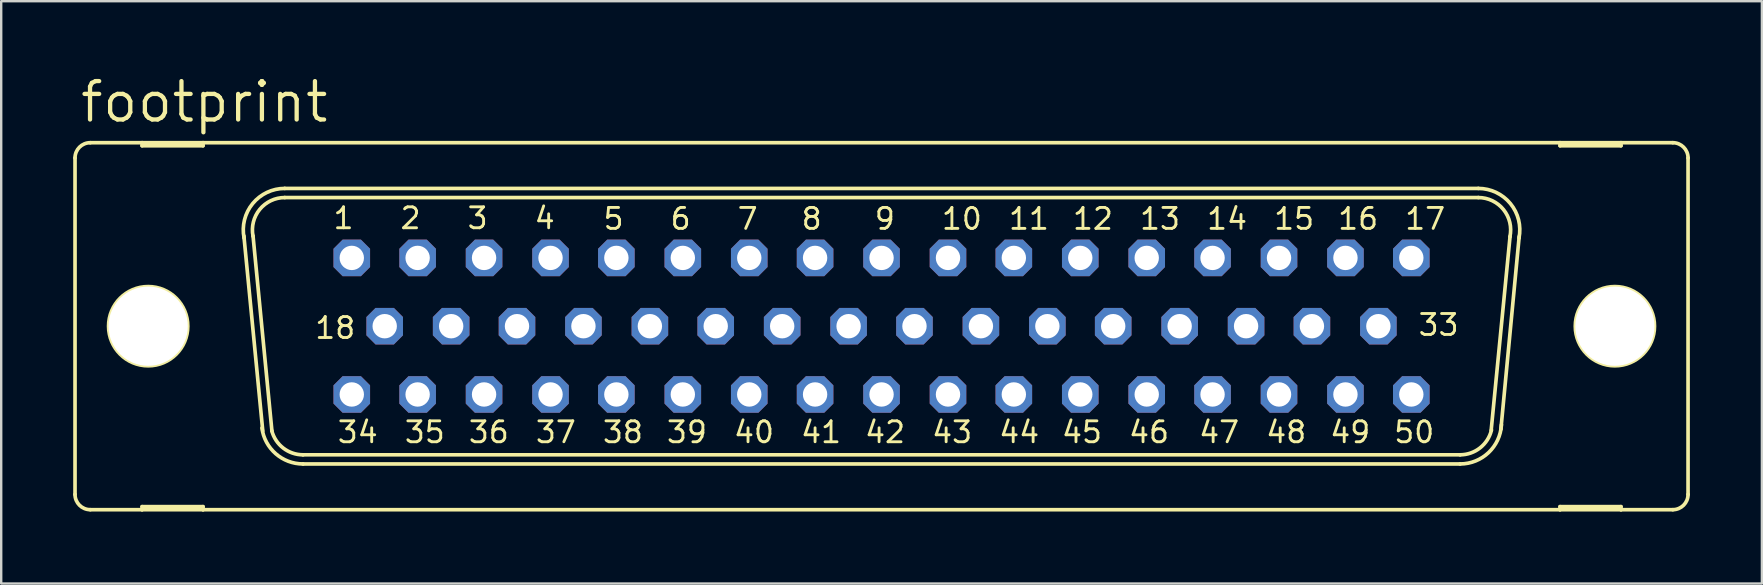
<source format=kicad_pcb>
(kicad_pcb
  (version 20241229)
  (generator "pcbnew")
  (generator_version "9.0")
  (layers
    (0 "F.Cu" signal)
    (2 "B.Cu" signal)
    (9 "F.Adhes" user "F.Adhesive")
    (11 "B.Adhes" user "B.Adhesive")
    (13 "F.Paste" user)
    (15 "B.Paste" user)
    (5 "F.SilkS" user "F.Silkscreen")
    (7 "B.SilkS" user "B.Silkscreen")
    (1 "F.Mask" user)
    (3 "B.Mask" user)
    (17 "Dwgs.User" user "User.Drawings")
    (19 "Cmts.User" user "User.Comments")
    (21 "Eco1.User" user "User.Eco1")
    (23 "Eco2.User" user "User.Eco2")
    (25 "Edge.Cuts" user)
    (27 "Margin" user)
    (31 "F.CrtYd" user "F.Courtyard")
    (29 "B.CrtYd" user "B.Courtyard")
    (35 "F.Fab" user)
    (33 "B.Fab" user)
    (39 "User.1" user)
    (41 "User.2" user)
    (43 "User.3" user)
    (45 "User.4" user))
  (footprint "footprint"
    (layer "F.Cu")
    (at 33.68 10.541)
    (property "Reference" "footprint" (at -33.477 -8.407 0) (layer "F.SilkS") (effects (font (size 1.6 1.6) (thickness 0.178)) (justify left bottom)))
    (fp_line (start -33.604 -7.01) (end -33.604 7.01) (stroke (width 0.152) (type solid)) (layer "F.SilkS"))
    (fp_line (start -32.969 7.645) (end -30.81 7.645) (stroke (width 0.152) (type solid)) (layer "F.SilkS"))
    (fp_line (start -30.81 -7.645) (end -32.969 -7.645) (stroke (width 0.152) (type solid)) (layer "F.SilkS"))
    (fp_line (start -30.81 -7.645) (end -30.81 -7.518) (stroke (width 0.152) (type solid)) (layer "F.SilkS"))
    (fp_line (start -30.81 -7.518) (end -28.27 -7.518) (stroke (width 0.152) (type solid)) (layer "F.SilkS"))
    (fp_line (start -30.81 7.518) (end -28.27 7.518) (stroke (width 0.152) (type solid)) (layer "F.SilkS"))
    (fp_line (start -30.81 7.645) (end -30.81 7.518) (stroke (width 0.152) (type solid)) (layer "F.SilkS"))
    (fp_line (start -30.81 7.645) (end -28.27 7.645) (stroke (width 0.152) (type solid)) (layer "F.SilkS"))
    (fp_line (start -28.27 -7.645) (end -30.81 -7.645) (stroke (width 0.152) (type solid)) (layer "F.SilkS"))
    (fp_line (start -28.27 -7.518) (end -28.27 -7.645) (stroke (width 0.152) (type solid)) (layer "F.SilkS"))
    (fp_line (start -28.27 7.518) (end -28.27 7.645) (stroke (width 0.152) (type solid)) (layer "F.SilkS"))
    (fp_line (start -28.27 7.645) (end 28.27 7.645) (stroke (width 0.152) (type solid)) (layer "F.SilkS"))
    (fp_line (start -25.781 4.369) (end -26.568 -3.759) (stroke (width 0.152) (type solid)) (layer "F.SilkS"))
    (fp_line (start -25.4 4.369) (end -26.187 -3.759) (stroke (width 0.152) (type solid)) (layer "F.SilkS"))
    (fp_line (start -24.867 -5.74) (end 24.867 -5.74) (stroke (width 0.152) (type solid)) (layer "F.SilkS"))
    (fp_line (start -24.867 -5.359) (end 24.867 -5.359) (stroke (width 0.152) (type solid)) (layer "F.SilkS"))
    (fp_line (start -24.105 5.359) (end 24.105 5.359) (stroke (width 0.152) (type solid)) (layer "F.SilkS"))
    (fp_line (start -24.105 5.74) (end 24.105 5.74) (stroke (width 0.152) (type solid)) (layer "F.SilkS"))
    (fp_line (start 26.187 -3.734) (end 25.4 4.343) (stroke (width 0.152) (type solid)) (layer "F.SilkS"))
    (fp_line (start 26.568 -3.734) (end 25.806 4.293) (stroke (width 0.152) (type solid)) (layer "F.SilkS"))
    (fp_line (start 28.27 -7.645) (end -28.27 -7.645) (stroke (width 0.152) (type solid)) (layer "F.SilkS"))
    (fp_line (start 28.27 -7.645) (end 28.27 -7.518) (stroke (width 0.152) (type solid)) (layer "F.SilkS"))
    (fp_line (start 28.27 -7.518) (end 30.81 -7.518) (stroke (width 0.152) (type solid)) (layer "F.SilkS"))
    (fp_line (start 28.27 7.518) (end 30.81 7.518) (stroke (width 0.152) (type solid)) (layer "F.SilkS"))
    (fp_line (start 28.27 7.645) (end 28.27 7.518) (stroke (width 0.152) (type solid)) (layer "F.SilkS"))
    (fp_line (start 28.27 7.645) (end 30.81 7.645) (stroke (width 0.152) (type solid)) (layer "F.SilkS"))
    (fp_line (start 30.81 -7.645) (end 28.27 -7.645) (stroke (width 0.152) (type solid)) (layer "F.SilkS"))
    (fp_line (start 30.81 -7.518) (end 30.81 -7.645) (stroke (width 0.152) (type solid)) (layer "F.SilkS"))
    (fp_line (start 30.81 7.518) (end 30.81 7.645) (stroke (width 0.152) (type solid)) (layer "F.SilkS"))
    (fp_line (start 30.81 7.645) (end 32.969 7.645) (stroke (width 0.152) (type solid)) (layer "F.SilkS"))
    (fp_line (start 32.969 -7.645) (end 30.81 -7.645) (stroke (width 0.152) (type solid)) (layer "F.SilkS"))
    (fp_line (start 33.604 -7.01) (end 33.604 7.01) (stroke (width 0.152) (type solid)) (layer "F.SilkS"))
    (fp_arc (start -33.6042 -7.0104) (mid -33.418213 -7.459413) (end -32.9692 -7.6454) (stroke (width 0.1524) (type solid)) (layer "F.SilkS"))
    (fp_arc (start -32.9692 7.6454) (mid -33.418213 7.459413) (end -33.6042 7.0104) (stroke (width 0.1524) (type solid)) (layer "F.SilkS"))
    (fp_arc (start -26.5603 -3.6745) (mid -26.202316 -5.108242) (end -24.866598 -5.7404) (stroke (width 0.1524) (type solid)) (layer "F.SilkS"))
    (fp_arc (start -26.1867 -3.7492) (mid -25.907682 -4.866684) (end -24.8666 -5.3594) (stroke (width 0.1524) (type solid)) (layer "F.SilkS"))
    (fp_arc (start -24.1046 5.3594) (mid -24.9281 5.078145) (end -25.4075 4.3519) (stroke (width 0.1524) (type solid)) (layer "F.SilkS"))
    (fp_arc (start -24.104599 5.740401) (mid -25.242311 5.312713) (end -25.8166 4.2415) (stroke (width 0.1524) (type solid)) (layer "F.SilkS"))
    (fp_arc (start 24.8666 -5.7404) (mid 26.202413 -5.108266) (end 26.560599 -3.674498) (stroke (width 0.1524) (type solid)) (layer "F.SilkS"))
    (fp_arc (start 24.8666 -5.3594) (mid 25.915157 -4.857583) (end 26.182099 -3.726198) (stroke (width 0.1524) (type solid)) (layer "F.SilkS"))
    (fp_arc (start 25.413301 4.327399) (mid 24.937857 5.070274) (end 24.1046 5.3594) (stroke (width 0.1524) (type solid)) (layer "F.SilkS"))
    (fp_arc (start 25.8289 4.1073) (mid 25.291966 5.267228) (end 24.1046 5.7404) (stroke (width 0.1524) (type solid)) (layer "F.SilkS"))
    (fp_arc (start 32.9692 -7.6454) (mid 33.418213 -7.459413) (end 33.6042 -7.0104) (stroke (width 0.1524) (type solid)) (layer "F.SilkS"))
    (fp_arc (start 33.6042 7.0104) (mid 33.418213 7.459413) (end 32.9692 7.6454) (stroke (width 0.1524) (type solid)) (layer "F.SilkS"))
    (fp_circle (center -30.556 0) (end -28.905 0) (stroke (width 0.152) (type solid)) (fill no) (layer "F.SilkS"))
    (fp_circle (center 30.556 0) (end 32.207 0) (stroke (width 0.152) (type solid)) (fill no) (layer "F.SilkS"))
    (fp_circle (center -22.073 -2.845) (end -21.819 -2.845) (stroke (width 0.406) (type solid)) (fill no) (layer "F.Fab"))
    (fp_circle (center -22.073 2.845) (end -21.819 2.845) (stroke (width 0.406) (type solid)) (fill no) (layer "F.Fab"))
    (fp_circle (center -20.701 0) (end -20.447 0) (stroke (width 0.406) (type solid)) (fill no) (layer "F.Fab"))
    (fp_circle (center -19.329 -2.845) (end -19.075 -2.845) (stroke (width 0.406) (type solid)) (fill no) (layer "F.Fab"))
    (fp_circle (center -19.329 2.845) (end -19.075 2.845) (stroke (width 0.406) (type solid)) (fill no) (layer "F.Fab"))
    (fp_circle (center -17.932 0) (end -17.678 0) (stroke (width 0.406) (type solid)) (fill no) (layer "F.Fab"))
    (fp_circle (center -16.561 -2.845) (end -16.307 -2.845) (stroke (width 0.406) (type solid)) (fill no) (layer "F.Fab"))
    (fp_circle (center -16.561 2.845) (end -16.307 2.845) (stroke (width 0.406) (type solid)) (fill no) (layer "F.Fab"))
    (fp_circle (center -15.189 0) (end -14.935 0) (stroke (width 0.406) (type solid)) (fill no) (layer "F.Fab"))
    (fp_circle (center -13.792 -2.845) (end -13.538 -2.845) (stroke (width 0.406) (type solid)) (fill no) (layer "F.Fab"))
    (fp_circle (center -13.792 2.845) (end -13.538 2.845) (stroke (width 0.406) (type solid)) (fill no) (layer "F.Fab"))
    (fp_circle (center -12.421 0) (end -12.167 0) (stroke (width 0.406) (type solid)) (fill no) (layer "F.Fab"))
    (fp_circle (center -11.049 -2.845) (end -10.795 -2.845) (stroke (width 0.406) (type solid)) (fill no) (layer "F.Fab"))
    (fp_circle (center -11.049 2.845) (end -10.795 2.845) (stroke (width 0.406) (type solid)) (fill no) (layer "F.Fab"))
    (fp_circle (center -9.652 0) (end -9.398 0) (stroke (width 0.406) (type solid)) (fill no) (layer "F.Fab"))
    (fp_circle (center -8.28 -2.845) (end -8.026 -2.845) (stroke (width 0.406) (type solid)) (fill no) (layer "F.Fab"))
    (fp_circle (center -8.28 2.845) (end -8.026 2.845) (stroke (width 0.406) (type solid)) (fill no) (layer "F.Fab"))
    (fp_circle (center -6.909 0) (end -6.655 0) (stroke (width 0.406) (type solid)) (fill no) (layer "F.Fab"))
    (fp_circle (center -5.512 -2.845) (end -5.258 -2.845) (stroke (width 0.406) (type solid)) (fill no) (layer "F.Fab"))
    (fp_circle (center -5.512 2.845) (end -5.258 2.845) (stroke (width 0.406) (type solid)) (fill no) (layer "F.Fab"))
    (fp_circle (center -4.14 0) (end -3.886 0) (stroke (width 0.406) (type solid)) (fill no) (layer "F.Fab"))
    (fp_circle (center -2.769 -2.845) (end -2.515 -2.845) (stroke (width 0.406) (type solid)) (fill no) (layer "F.Fab"))
    (fp_circle (center -2.769 2.845) (end -2.515 2.845) (stroke (width 0.406) (type solid)) (fill no) (layer "F.Fab"))
    (fp_circle (center -1.372 0) (end -1.118 0) (stroke (width 0.406) (type solid)) (fill no) (layer "F.Fab"))
    (fp_circle (center 0 -2.845) (end 0.254 -2.845) (stroke (width 0.406) (type solid)) (fill no) (layer "F.Fab"))
    (fp_circle (center 0 2.845) (end 0.254 2.845) (stroke (width 0.406) (type solid)) (fill no) (layer "F.Fab"))
    (fp_circle (center 1.372 0) (end 1.626 0) (stroke (width 0.406) (type solid)) (fill no) (layer "F.Fab"))
    (fp_circle (center 2.769 -2.845) (end 3.023 -2.845) (stroke (width 0.406) (type solid)) (fill no) (layer "F.Fab"))
    (fp_circle (center 2.769 2.845) (end 3.023 2.845) (stroke (width 0.406) (type solid)) (fill no) (layer "F.Fab"))
    (fp_circle (center 4.14 0) (end 4.394 0) (stroke (width 0.406) (type solid)) (fill no) (layer "F.Fab"))
    (fp_circle (center 5.512 -2.845) (end 5.766 -2.845) (stroke (width 0.406) (type solid)) (fill no) (layer "F.Fab"))
    (fp_circle (center 5.512 2.845) (end 5.766 2.845) (stroke (width 0.406) (type solid)) (fill no) (layer "F.Fab"))
    (fp_circle (center 6.909 0) (end 7.163 0) (stroke (width 0.406) (type solid)) (fill no) (layer "F.Fab"))
    (fp_circle (center 8.28 -2.845) (end 8.534 -2.845) (stroke (width 0.406) (type solid)) (fill no) (layer "F.Fab"))
    (fp_circle (center 8.28 2.845) (end 8.534 2.845) (stroke (width 0.406) (type solid)) (fill no) (layer "F.Fab"))
    (fp_circle (center 9.652 0) (end 9.906 0) (stroke (width 0.406) (type solid)) (fill no) (layer "F.Fab"))
    (fp_circle (center 11.049 -2.845) (end 11.303 -2.845) (stroke (width 0.406) (type solid)) (fill no) (layer "F.Fab"))
    (fp_circle (center 11.049 2.845) (end 11.303 2.845) (stroke (width 0.406) (type solid)) (fill no) (layer "F.Fab"))
    (fp_circle (center 12.421 0) (end 12.675 0) (stroke (width 0.406) (type solid)) (fill no) (layer "F.Fab"))
    (fp_circle (center 13.792 -2.845) (end 14.046 -2.845) (stroke (width 0.406) (type solid)) (fill no) (layer "F.Fab"))
    (fp_circle (center 13.792 2.845) (end 14.046 2.845) (stroke (width 0.406) (type solid)) (fill no) (layer "F.Fab"))
    (fp_circle (center 15.189 0) (end 15.443 0) (stroke (width 0.406) (type solid)) (fill no) (layer "F.Fab"))
    (fp_circle (center 16.561 -2.845) (end 16.815 -2.845) (stroke (width 0.406) (type solid)) (fill no) (layer "F.Fab"))
    (fp_circle (center 16.561 2.845) (end 16.815 2.845) (stroke (width 0.406) (type solid)) (fill no) (layer "F.Fab"))
    (fp_circle (center 17.932 0) (end 18.186 0) (stroke (width 0.406) (type solid)) (fill no) (layer "F.Fab"))
    (fp_circle (center 19.329 -2.845) (end 19.583 -2.845) (stroke (width 0.406) (type solid)) (fill no) (layer "F.Fab"))
    (fp_circle (center 19.329 2.845) (end 19.583 2.845) (stroke (width 0.406) (type solid)) (fill no) (layer "F.Fab"))
    (fp_circle (center 20.701 0) (end 20.955 0) (stroke (width 0.406) (type solid)) (fill no) (layer "F.Fab"))
    (fp_circle (center 22.073 -2.845) (end 22.327 -2.845) (stroke (width 0.406) (type solid)) (fill no) (layer "F.Fab"))
    (fp_circle (center 22.073 2.845) (end 22.327 2.845) (stroke (width 0.406) (type solid)) (fill no) (layer "F.Fab"))
    (fp_text user "36" (at -17.272 4.928 0) (layer "F.SilkS") (effects (font (size 0.872 0.872) (thickness 0.119)) (justify left bottom)))
    (fp_text user "8" (at -3.404 -3.962 0) (layer "F.SilkS") (effects (font (size 0.872 0.872) (thickness 0.119)) (justify left bottom)))
    (fp_text user "48" (at 15.951 4.928 0) (layer "F.SilkS") (effects (font (size 0.872 0.872) (thickness 0.119)) (justify left bottom)))
    (fp_text user "34" (at -22.733 4.928 0) (layer "F.SilkS") (effects (font (size 0.872 0.872) (thickness 0.119)) (justify left bottom)))
    (fp_text user "18" (at -23.673 0.584 0) (layer "F.SilkS") (effects (font (size 0.872 0.872) (thickness 0.119)) (justify left bottom)))
    (fp_text user "9" (at -0.356 -3.962 0) (layer "F.SilkS") (effects (font (size 0.872 0.872) (thickness 0.119)) (justify left bottom)))
    (fp_text user "42" (at -0.762 4.928 0) (layer "F.SilkS") (effects (font (size 0.872 0.872) (thickness 0.119)) (justify left bottom)))
    (fp_text user "49" (at 18.618 4.928 0) (layer "F.SilkS") (effects (font (size 0.872 0.872) (thickness 0.119)) (justify left bottom)))
    (fp_text user "1" (at -22.911 -3.988 0) (layer "F.SilkS") (effects (font (size 0.872 0.872) (thickness 0.119)) (justify left bottom)))
    (fp_text user "12" (at 7.899 -3.962 0) (layer "F.SilkS") (effects (font (size 0.872 0.872) (thickness 0.119)) (justify left bottom)))
    (fp_text user "39" (at -9.017 4.928 0) (layer "F.SilkS") (effects (font (size 0.872 0.872) (thickness 0.119)) (justify left bottom)))
    (fp_text user "17" (at 21.742 -3.962 0) (layer "F.SilkS") (effects (font (size 0.872 0.872) (thickness 0.119)) (justify left bottom)))
    (fp_text user "46" (at 10.236 4.928 0) (layer "F.SilkS") (effects (font (size 0.872 0.872) (thickness 0.119)) (justify left bottom)))
    (fp_text user "44" (at 4.826 4.928 0) (layer "F.SilkS") (effects (font (size 0.872 0.872) (thickness 0.119)) (justify left bottom)))
    (fp_text user "4" (at -14.529 -3.988 0) (layer "F.SilkS") (effects (font (size 0.872 0.872) (thickness 0.119)) (justify left bottom)))
    (fp_text user "47" (at 13.157 4.928 0) (layer "F.SilkS") (effects (font (size 0.872 0.872) (thickness 0.119)) (justify left bottom)))
    (fp_text user "14" (at 13.487 -3.962 0) (layer "F.SilkS") (effects (font (size 0.872 0.872) (thickness 0.119)) (justify left bottom)))
    (fp_text user "6" (at -8.865 -3.962 0) (layer "F.SilkS") (effects (font (size 0.872 0.872) (thickness 0.119)) (justify left bottom)))
    (fp_text user "10" (at 2.438 -3.962 0) (layer "F.SilkS") (effects (font (size 0.872 0.872) (thickness 0.119)) (justify left bottom)))
    (fp_text user "37" (at -14.478 4.928 0) (layer "F.SilkS") (effects (font (size 0.872 0.872) (thickness 0.119)) (justify left bottom)))
    (fp_text user "40" (at -6.223 4.928 0) (layer "F.SilkS") (effects (font (size 0.872 0.872) (thickness 0.119)) (justify left bottom)))
    (fp_text user "13" (at 10.693 -3.962 0) (layer "F.SilkS") (effects (font (size 0.872 0.872) (thickness 0.119)) (justify left bottom)))
    (fp_text user "5" (at -11.659 -3.962 0) (layer "F.SilkS") (effects (font (size 0.872 0.872) (thickness 0.119)) (justify left bottom)))
    (fp_text user "3" (at -17.323 -3.988 0) (layer "F.SilkS") (effects (font (size 0.872 0.872) (thickness 0.119)) (justify left bottom)))
    (fp_text user "35" (at -19.939 4.928 0) (layer "F.SilkS") (effects (font (size 0.872 0.872) (thickness 0.119)) (justify left bottom)))
    (fp_text user "45" (at 7.442 4.928 0) (layer "F.SilkS") (effects (font (size 0.872 0.872) (thickness 0.119)) (justify left bottom)))
    (fp_text user "41" (at -3.429 4.928 0) (layer "F.SilkS") (effects (font (size 0.872 0.872) (thickness 0.119)) (justify left bottom)))
    (fp_text user "50" (at 21.285 4.928 0) (layer "F.SilkS") (effects (font (size 0.872 0.872) (thickness 0.119)) (justify left bottom)))
    (fp_text user "11" (at 5.232 -3.962 0) (layer "F.SilkS") (effects (font (size 0.872 0.872) (thickness 0.119)) (justify left bottom)))
    (fp_text user "43" (at 2.032 4.928 0) (layer "F.SilkS") (effects (font (size 0.872 0.872) (thickness 0.119)) (justify left bottom)))
    (fp_text user "16" (at 18.948 -3.962 0) (layer "F.SilkS") (effects (font (size 0.872 0.872) (thickness 0.119)) (justify left bottom)))
    (fp_text user "2" (at -20.117 -3.988 0) (layer "F.SilkS") (effects (font (size 0.872 0.872) (thickness 0.119)) (justify left bottom)))
    (fp_text user "7" (at -6.071 -3.962 0) (layer "F.SilkS") (effects (font (size 0.872 0.872) (thickness 0.119)) (justify left bottom)))
    (fp_text user "15" (at 16.281 -3.962 0) (layer "F.SilkS") (effects (font (size 0.872 0.872) (thickness 0.119)) (justify left bottom)))
    (fp_text user "38" (at -11.684 4.928 0) (layer "F.SilkS") (effects (font (size 0.872 0.872) (thickness 0.119)) (justify left bottom)))
    (fp_text user "33" (at 22.301 0.457 0) (layer "F.SilkS") (effects (font (size 0.872 0.872) (thickness 0.119)) (justify left bottom)))
    (pad "" np_thru_hole circle (at -30.556 0) (size 3.302 3.302) (drill 3.302) (layers "*.Cu" "*.Mask"))
    (pad "" np_thru_hole circle (at 30.556 0) (size 3.302 3.302) (drill 3.302) (layers "*.Cu" "*.Mask"))
    (pad "1" thru_hole roundrect (at -22.073 -2.845) (size 1.524 1.524) (drill 1.016) (layers "*.Cu" "*.Mask") (roundrect_rratio 0.25) (chamfer_ratio 0.25) (chamfer top_left top_right bottom_left bottom_right))
    (pad "2" thru_hole roundrect (at -19.329 -2.845) (size 1.524 1.524) (drill 1.016) (layers "*.Cu" "*.Mask") (roundrect_rratio 0.25) (chamfer_ratio 0.25) (chamfer top_left top_right bottom_left bottom_right))
    (pad "3" thru_hole roundrect (at -16.561 -2.845) (size 1.524 1.524) (drill 1.016) (layers "*.Cu" "*.Mask") (roundrect_rratio 0.25) (chamfer_ratio 0.25) (chamfer top_left top_right bottom_left bottom_right))
    (pad "4" thru_hole roundrect (at -13.792 -2.845) (size 1.524 1.524) (drill 1.016) (layers "*.Cu" "*.Mask") (roundrect_rratio 0.25) (chamfer_ratio 0.25) (chamfer top_left top_right bottom_left bottom_right))
    (pad "5" thru_hole roundrect (at -11.049 -2.845) (size 1.524 1.524) (drill 1.016) (layers "*.Cu" "*.Mask") (roundrect_rratio 0.25) (chamfer_ratio 0.25) (chamfer top_left top_right bottom_left bottom_right))
    (pad "6" thru_hole roundrect (at -8.28 -2.845) (size 1.524 1.524) (drill 1.016) (layers "*.Cu" "*.Mask") (roundrect_rratio 0.25) (chamfer_ratio 0.25) (chamfer top_left top_right bottom_left bottom_right))
    (pad "7" thru_hole roundrect (at -5.512 -2.845) (size 1.524 1.524) (drill 1.016) (layers "*.Cu" "*.Mask") (roundrect_rratio 0.25) (chamfer_ratio 0.25) (chamfer top_left top_right bottom_left bottom_right))
    (pad "8" thru_hole roundrect (at -2.769 -2.845) (size 1.524 1.524) (drill 1.016) (layers "*.Cu" "*.Mask") (roundrect_rratio 0.25) (chamfer_ratio 0.25) (chamfer top_left top_right bottom_left bottom_right))
    (pad "9" thru_hole roundrect (at 0 -2.845) (size 1.524 1.524) (drill 1.016) (layers "*.Cu" "*.Mask") (roundrect_rratio 0.25) (chamfer_ratio 0.25) (chamfer top_left top_right bottom_left bottom_right))
    (pad "10" thru_hole roundrect (at 2.769 -2.845) (size 1.524 1.524) (drill 1.016) (layers "*.Cu" "*.Mask") (roundrect_rratio 0.25) (chamfer_ratio 0.25) (chamfer top_left top_right bottom_left bottom_right))
    (pad "11" thru_hole roundrect (at 5.512 -2.845) (size 1.524 1.524) (drill 1.016) (layers "*.Cu" "*.Mask") (roundrect_rratio 0.25) (chamfer_ratio 0.25) (chamfer top_left top_right bottom_left bottom_right))
    (pad "12" thru_hole roundrect (at 8.28 -2.845) (size 1.524 1.524) (drill 1.016) (layers "*.Cu" "*.Mask") (roundrect_rratio 0.25) (chamfer_ratio 0.25) (chamfer top_left top_right bottom_left bottom_right))
    (pad "13" thru_hole roundrect (at 11.049 -2.845) (size 1.524 1.524) (drill 1.016) (layers "*.Cu" "*.Mask") (roundrect_rratio 0.25) (chamfer_ratio 0.25) (chamfer top_left top_right bottom_left bottom_right))
    (pad "14" thru_hole roundrect (at 13.792 -2.845) (size 1.524 1.524) (drill 1.016) (layers "*.Cu" "*.Mask") (roundrect_rratio 0.25) (chamfer_ratio 0.25) (chamfer top_left top_right bottom_left bottom_right))
    (pad "15" thru_hole roundrect (at 16.561 -2.845) (size 1.524 1.524) (drill 1.016) (layers "*.Cu" "*.Mask") (roundrect_rratio 0.25) (chamfer_ratio 0.25) (chamfer top_left top_right bottom_left bottom_right))
    (pad "16" thru_hole roundrect (at 19.329 -2.845) (size 1.524 1.524) (drill 1.016) (layers "*.Cu" "*.Mask") (roundrect_rratio 0.25) (chamfer_ratio 0.25) (chamfer top_left top_right bottom_left bottom_right))
    (pad "17" thru_hole roundrect (at 22.073 -2.845) (size 1.524 1.524) (drill 1.016) (layers "*.Cu" "*.Mask") (roundrect_rratio 0.25) (chamfer_ratio 0.25) (chamfer top_left top_right bottom_left bottom_right))
    (pad "18" thru_hole roundrect (at -20.701 0) (size 1.524 1.524) (drill 1.016) (layers "*.Cu" "*.Mask") (roundrect_rratio 0.25) (chamfer_ratio 0.25) (chamfer top_left top_right bottom_left bottom_right))
    (pad "19" thru_hole roundrect (at -17.932 0) (size 1.524 1.524) (drill 1.016) (layers "*.Cu" "*.Mask") (roundrect_rratio 0.25) (chamfer_ratio 0.25) (chamfer top_left top_right bottom_left bottom_right))
    (pad "20" thru_hole roundrect (at -15.189 0) (size 1.524 1.524) (drill 1.016) (layers "*.Cu" "*.Mask") (roundrect_rratio 0.25) (chamfer_ratio 0.25) (chamfer top_left top_right bottom_left bottom_right))
    (pad "21" thru_hole roundrect (at -12.421 0) (size 1.524 1.524) (drill 1.016) (layers "*.Cu" "*.Mask") (roundrect_rratio 0.25) (chamfer_ratio 0.25) (chamfer top_left top_right bottom_left bottom_right))
    (pad "22" thru_hole roundrect (at -9.652 0) (size 1.524 1.524) (drill 1.016) (layers "*.Cu" "*.Mask") (roundrect_rratio 0.25) (chamfer_ratio 0.25) (chamfer top_left top_right bottom_left bottom_right))
    (pad "23" thru_hole roundrect (at -6.909 0) (size 1.524 1.524) (drill 1.016) (layers "*.Cu" "*.Mask") (roundrect_rratio 0.25) (chamfer_ratio 0.25) (chamfer top_left top_right bottom_left bottom_right))
    (pad "24" thru_hole roundrect (at -4.14 0) (size 1.524 1.524) (drill 1.016) (layers "*.Cu" "*.Mask") (roundrect_rratio 0.25) (chamfer_ratio 0.25) (chamfer top_left top_right bottom_left bottom_right))
    (pad "25" thru_hole roundrect (at -1.372 0) (size 1.524 1.524) (drill 1.016) (layers "*.Cu" "*.Mask") (roundrect_rratio 0.25) (chamfer_ratio 0.25) (chamfer top_left top_right bottom_left bottom_right))
    (pad "26" thru_hole roundrect (at 1.372 0) (size 1.524 1.524) (drill 1.016) (layers "*.Cu" "*.Mask") (roundrect_rratio 0.25) (chamfer_ratio 0.25) (chamfer top_left top_right bottom_left bottom_right))
    (pad "27" thru_hole roundrect (at 4.14 0) (size 1.524 1.524) (drill 1.016) (layers "*.Cu" "*.Mask") (roundrect_rratio 0.25) (chamfer_ratio 0.25) (chamfer top_left top_right bottom_left bottom_right))
    (pad "28" thru_hole roundrect (at 6.909 0) (size 1.524 1.524) (drill 1.016) (layers "*.Cu" "*.Mask") (roundrect_rratio 0.25) (chamfer_ratio 0.25) (chamfer top_left top_right bottom_left bottom_right))
    (pad "29" thru_hole roundrect (at 9.652 0) (size 1.524 1.524) (drill 1.016) (layers "*.Cu" "*.Mask") (roundrect_rratio 0.25) (chamfer_ratio 0.25) (chamfer top_left top_right bottom_left bottom_right))
    (pad "30" thru_hole roundrect (at 12.421 0) (size 1.524 1.524) (drill 1.016) (layers "*.Cu" "*.Mask") (roundrect_rratio 0.25) (chamfer_ratio 0.25) (chamfer top_left top_right bottom_left bottom_right))
    (pad "31" thru_hole roundrect (at 15.189 0) (size 1.524 1.524) (drill 1.016) (layers "*.Cu" "*.Mask") (roundrect_rratio 0.25) (chamfer_ratio 0.25) (chamfer top_left top_right bottom_left bottom_right))
    (pad "32" thru_hole roundrect (at 17.932 0) (size 1.524 1.524) (drill 1.016) (layers "*.Cu" "*.Mask") (roundrect_rratio 0.25) (chamfer_ratio 0.25) (chamfer top_left top_right bottom_left bottom_right))
    (pad "33" thru_hole roundrect (at 20.701 0) (size 1.524 1.524) (drill 1.016) (layers "*.Cu" "*.Mask") (roundrect_rratio 0.25) (chamfer_ratio 0.25) (chamfer top_left top_right bottom_left bottom_right))
    (pad "34" thru_hole roundrect (at -22.073 2.845) (size 1.524 1.524) (drill 1.016) (layers "*.Cu" "*.Mask") (roundrect_rratio 0.25) (chamfer_ratio 0.25) (chamfer top_left top_right bottom_left bottom_right))
    (pad "35" thru_hole roundrect (at -19.329 2.845) (size 1.524 1.524) (drill 1.016) (layers "*.Cu" "*.Mask") (roundrect_rratio 0.25) (chamfer_ratio 0.25) (chamfer top_left top_right bottom_left bottom_right))
    (pad "36" thru_hole roundrect (at -16.561 2.845) (size 1.524 1.524) (drill 1.016) (layers "*.Cu" "*.Mask") (roundrect_rratio 0.25) (chamfer_ratio 0.25) (chamfer top_left top_right bottom_left bottom_right))
    (pad "37" thru_hole roundrect (at -13.792 2.845) (size 1.524 1.524) (drill 1.016) (layers "*.Cu" "*.Mask") (roundrect_rratio 0.25) (chamfer_ratio 0.25) (chamfer top_left top_right bottom_left bottom_right))
    (pad "38" thru_hole roundrect (at -11.049 2.845) (size 1.524 1.524) (drill 1.016) (layers "*.Cu" "*.Mask") (roundrect_rratio 0.25) (chamfer_ratio 0.25) (chamfer top_left top_right bottom_left bottom_right))
    (pad "39" thru_hole roundrect (at -8.28 2.845) (size 1.524 1.524) (drill 1.016) (layers "*.Cu" "*.Mask") (roundrect_rratio 0.25) (chamfer_ratio 0.25) (chamfer top_left top_right bottom_left bottom_right))
    (pad "40" thru_hole roundrect (at -5.512 2.845) (size 1.524 1.524) (drill 1.016) (layers "*.Cu" "*.Mask") (roundrect_rratio 0.25) (chamfer_ratio 0.25) (chamfer top_left top_right bottom_left bottom_right))
    (pad "41" thru_hole roundrect (at -2.769 2.845) (size 1.524 1.524) (drill 1.016) (layers "*.Cu" "*.Mask") (roundrect_rratio 0.25) (chamfer_ratio 0.25) (chamfer top_left top_right bottom_left bottom_right))
    (pad "42" thru_hole roundrect (at 0 2.845) (size 1.524 1.524) (drill 1.016) (layers "*.Cu" "*.Mask") (roundrect_rratio 0.25) (chamfer_ratio 0.25) (chamfer top_left top_right bottom_left bottom_right))
    (pad "43" thru_hole roundrect (at 2.769 2.845) (size 1.524 1.524) (drill 1.016) (layers "*.Cu" "*.Mask") (roundrect_rratio 0.25) (chamfer_ratio 0.25) (chamfer top_left top_right bottom_left bottom_right))
    (pad "44" thru_hole roundrect (at 5.512 2.845) (size 1.524 1.524) (drill 1.016) (layers "*.Cu" "*.Mask") (roundrect_rratio 0.25) (chamfer_ratio 0.25) (chamfer top_left top_right bottom_left bottom_right))
    (pad "45" thru_hole roundrect (at 8.28 2.845) (size 1.524 1.524) (drill 1.016) (layers "*.Cu" "*.Mask") (roundrect_rratio 0.25) (chamfer_ratio 0.25) (chamfer top_left top_right bottom_left bottom_right))
    (pad "46" thru_hole roundrect (at 11.049 2.845) (size 1.524 1.524) (drill 1.016) (layers "*.Cu" "*.Mask") (roundrect_rratio 0.25) (chamfer_ratio 0.25) (chamfer top_left top_right bottom_left bottom_right))
    (pad "47" thru_hole roundrect (at 13.792 2.845) (size 1.524 1.524) (drill 1.016) (layers "*.Cu" "*.Mask") (roundrect_rratio 0.25) (chamfer_ratio 0.25) (chamfer top_left top_right bottom_left bottom_right))
    (pad "48" thru_hole roundrect (at 16.561 2.845) (size 1.524 1.524) (drill 1.016) (layers "*.Cu" "*.Mask") (roundrect_rratio 0.25) (chamfer_ratio 0.25) (chamfer top_left top_right bottom_left bottom_right))
    (pad "49" thru_hole roundrect (at 19.329 2.845) (size 1.524 1.524) (drill 1.016) (layers "*.Cu" "*.Mask") (roundrect_rratio 0.25) (chamfer_ratio 0.25) (chamfer top_left top_right bottom_left bottom_right))
    (pad "50" thru_hole roundrect (at 22.073 2.845) (size 1.524 1.524) (drill 1.016) (layers "*.Cu" "*.Mask") (roundrect_rratio 0.25) (chamfer_ratio 0.25) (chamfer top_left top_right bottom_left bottom_right))
    (zone (net_name "") (layers "F.Cu" "B.Cu") (hatch edge 0.508) (connect_pads) (min_thickness 0.254) (filled_areas_thickness no) (keepout (tracks allowed) (vias not_allowed) (pads allowed) (copperpour allowed) (footprints allowed)) (placement (enabled no)) (fill) (polygon (pts (xy 5.791 10.541) (xy 5.751 10.078) (xy 5.63 9.629) (xy 5.434 9.207) (xy 5.167 8.827) (xy 4.839 8.498) (xy 4.458 8.231) (xy 4.036 8.035) (xy 3.587 7.915) (xy 3.124 7.874) (xy 2.661 7.915) (xy 2.212 8.035) (xy 1.791 8.231) (xy 1.41 8.498) (xy 1.081 8.827) (xy 0.815 9.207) (xy 0.618 9.629) (xy 0.498 10.078) (xy 0.457 10.541) (xy 0.498 11.004) (xy 0.618 11.453) (xy 0.815 11.874) (xy 1.081 12.255) (xy 1.41 12.584) (xy 1.791 12.851) (xy 2.212 13.047) (xy 2.661 13.167) (xy 3.124 13.208) (xy 3.587 13.167) (xy 4.036 13.047) (xy 4.458 12.851) (xy 4.839 12.584) (xy 5.167 12.255) (xy 5.434 11.874) (xy 5.63 11.453) (xy 5.751 11.004))))
    (zone (net_name "") (layers "F.Cu" "B.Cu") (hatch edge 0.508) (connect_pads) (min_thickness 0.254) (filled_areas_thickness no) (keepout (tracks allowed) (vias not_allowed) (pads allowed) (copperpour allowed) (footprints allowed)) (placement (enabled no)) (fill) (polygon (pts (xy 66.904 10.541) (xy 66.863 10.078) (xy 66.743 9.629) (xy 66.546 9.207) (xy 66.28 8.827) (xy 65.951 8.498) (xy 65.57 8.231) (xy 65.149 8.035) (xy 64.7 7.915) (xy 64.237 7.874) (xy 63.773 7.915) (xy 63.324 8.035) (xy 62.903 8.231) (xy 62.522 8.498) (xy 62.194 8.827) (xy 61.927 9.207) (xy 61.73 9.629) (xy 61.61 10.078) (xy 61.57 10.541) (xy 61.61 11.004) (xy 61.73 11.453) (xy 61.927 11.874) (xy 62.194 12.255) (xy 62.522 12.584) (xy 62.903 12.851) (xy 63.324 13.047) (xy 63.773 13.167) (xy 64.237 13.208) (xy 64.7 13.167) (xy 65.149 13.047) (xy 65.57 12.851) (xy 65.951 12.584) (xy 66.28 12.255) (xy 66.546 11.874) (xy 66.743 11.453) (xy 66.863 11.004))))
    (zone (net_name "") (layer "B.Cu") (hatch edge 0.508) (connect_pads) (min_thickness 0.254) (filled_areas_thickness no) (keepout (tracks not_allowed) (vias not_allowed) (pads not_allowed) (copperpour not_allowed) (footprints allowed)) (placement (enabled no)) (fill) (polygon (pts (xy 5.791 10.541) (xy 5.751 10.078) (xy 5.63 9.629) (xy 5.434 9.207) (xy 5.167 8.827) (xy 4.839 8.498) (xy 4.458 8.231) (xy 4.036 8.035) (xy 3.587 7.915) (xy 3.124 7.874) (xy 2.661 7.915) (xy 2.212 8.035) (xy 1.791 8.231) (xy 1.41 8.498) (xy 1.081 8.827) (xy 0.815 9.207) (xy 0.618 9.629) (xy 0.498 10.078) (xy 0.457 10.541) (xy 0.498 11.004) (xy 0.618 11.453) (xy 0.815 11.874) (xy 1.081 12.255) (xy 1.41 12.584) (xy 1.791 12.851) (xy 2.212 13.047) (xy 2.661 13.167) (xy 3.124 13.208) (xy 3.587 13.167) (xy 4.036 13.047) (xy 4.458 12.851) (xy 4.839 12.584) (xy 5.167 12.255) (xy 5.434 11.874) (xy 5.63 11.453) (xy 5.751 11.004))))
    (zone (net_name "") (layer "B.Cu") (hatch edge 0.508) (connect_pads) (min_thickness 0.254) (filled_areas_thickness no) (keepout (tracks not_allowed) (vias not_allowed) (pads not_allowed) (copperpour not_allowed) (footprints allowed)) (placement (enabled no)) (fill) (polygon (pts (xy 66.904 10.541) (xy 66.863 10.078) (xy 66.743 9.629) (xy 66.546 9.207) (xy 66.28 8.827) (xy 65.951 8.498) (xy 65.57 8.231) (xy 65.149 8.035) (xy 64.7 7.915) (xy 64.237 7.874) (xy 63.773 7.915) (xy 63.324 8.035) (xy 62.903 8.231) (xy 62.522 8.498) (xy 62.194 8.827) (xy 61.927 9.207) (xy 61.73 9.629) (xy 61.61 10.078) (xy 61.57 10.541) (xy 61.61 11.004) (xy 61.73 11.453) (xy 61.927 11.874) (xy 62.194 12.255) (xy 62.522 12.584) (xy 62.903 12.851) (xy 63.324 13.047) (xy 63.773 13.167) (xy 64.237 13.208) (xy 64.7 13.167) (xy 65.149 13.047) (xy 65.57 12.851) (xy 65.951 12.584) (xy 66.28 12.255) (xy 66.546 11.874) (xy 66.743 11.453) (xy 66.863 11.004)))))
  (gr_rect
    (start -3 -3)
    (end 70.361 21.263)
    (stroke (width 0.1) (type default))
    (fill no)
    (layer "Edge.Cuts")))
</source>
